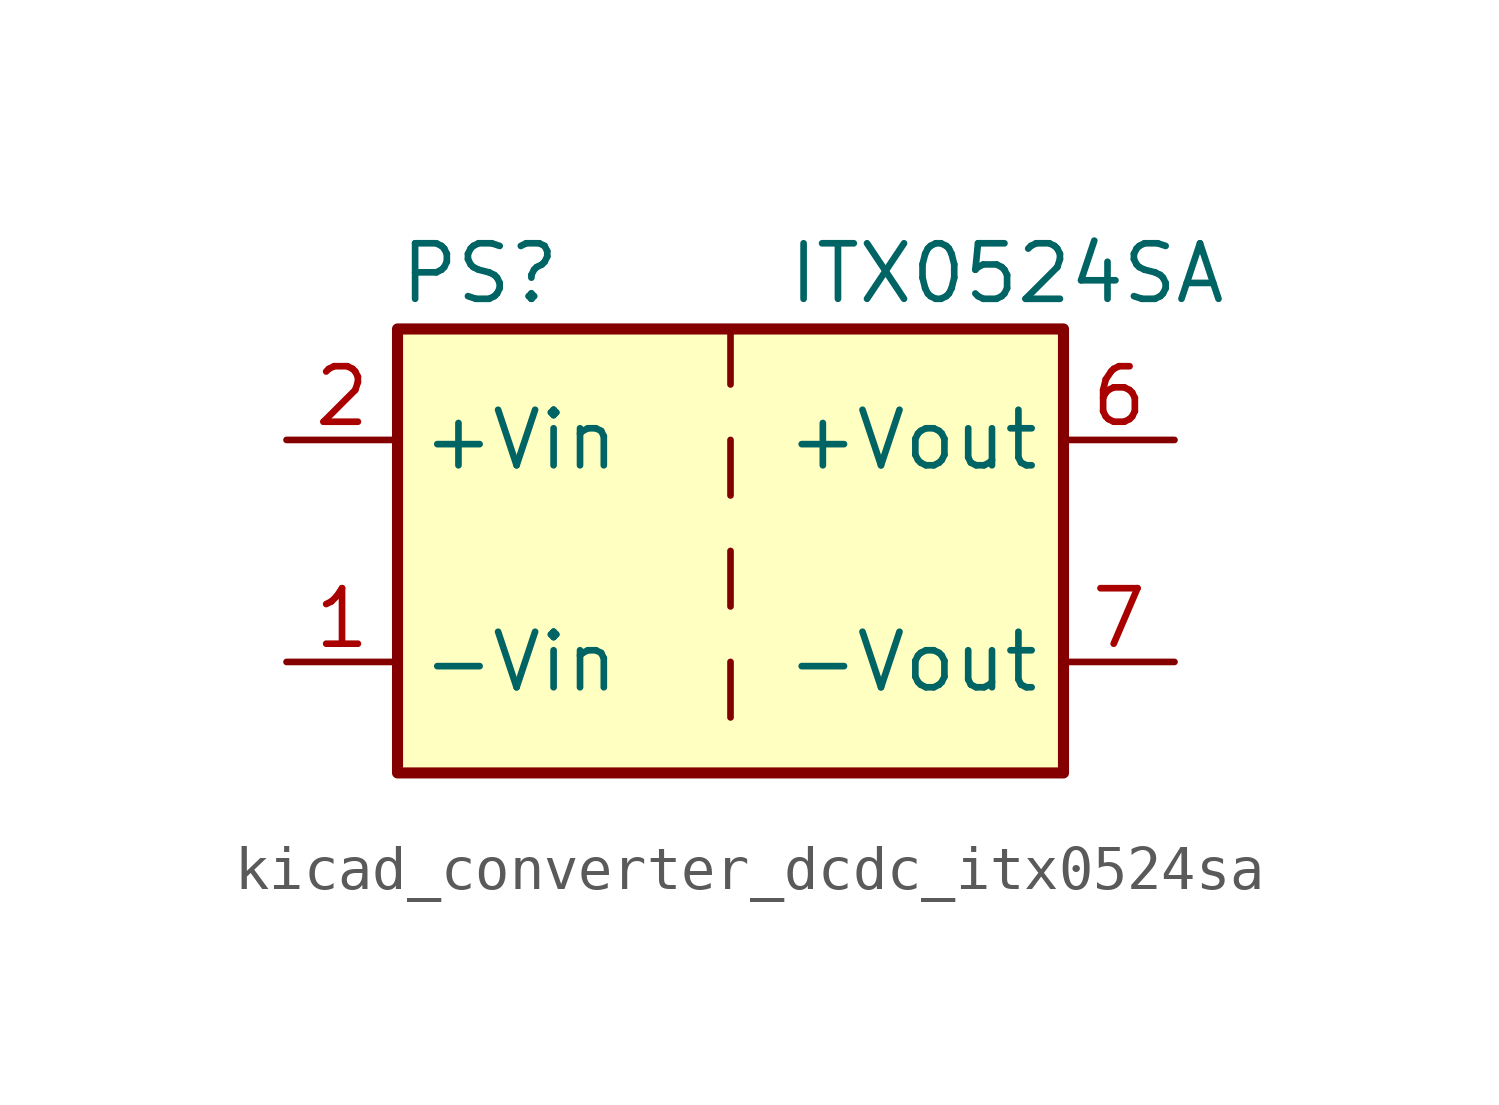
<source format=kicad_sym>
(kicad_symbol_lib
  (version 20220914)
  (generator kicad_symbol_editor)
  (symbol "kicad_converter_dcdc_itx0524sa"
    (property "Reference" "PS"
      (at -7.62 6.35 0)
      (effects (font (size 1.27 1.27)) (justify left)))
    (property "Value" "ITX0524SA"
      (at 1.27 6.35 0)
      (effects (font (size 1.27 1.27)) (justify left)))
    (symbol "kicad_converter_dcdc_itx0524sa_0_0"
      (pin power_in line (at -10.16 -2.54 0) (length 2.54) (name "-Vin" (effects (font (size 1.27 1.27)))) (number "1" (effects (font (size 1.27 1.27)))))
      (pin power_in line (at -10.16 2.54 0) (length 2.54) (name "+Vin" (effects (font (size 1.27 1.27)))) (number "2" (effects (font (size 1.27 1.27)))))
      (pin power_out line (at 10.16 2.54 180) (length 2.54) (name "+Vout" (effects (font (size 1.27 1.27)))) (number "6" (effects (font (size 1.27 1.27)))))
      (pin power_out line (at 10.16 -2.54 180) (length 2.54) (name "-Vout" (effects (font (size 1.27 1.27)))) (number "7" (effects (font (size 1.27 1.27)))))
      (pin no_connect line (at 7.62 0 180) (length 2.54) hide (name "NC" (effects (font (size 1.27 1.27)))) (number "8" (effects (font (size 1.27 1.27))))))
    (symbol "kicad_converter_dcdc_itx0524sa_0_1"
      (rectangle (start -7.62 5.08) (end 7.62 -5.08) (stroke (width 0.254) (type default)) (fill (type background)))
      (polyline (pts (xy 0 -2.54) (xy 0 -3.81)) (stroke (width 0) (type default)) (fill (type none)))
      (polyline (pts (xy 0 0) (xy 0 -1.27)) (stroke (width 0) (type default)) (fill (type none)))
      (polyline (pts (xy 0 2.54) (xy 0 1.27)) (stroke (width 0) (type default)) (fill (type none)))
      (polyline (pts (xy 0 5.08) (xy 0 3.81)) (stroke (width 0) (type default)) (fill (type none))))))
</source>
